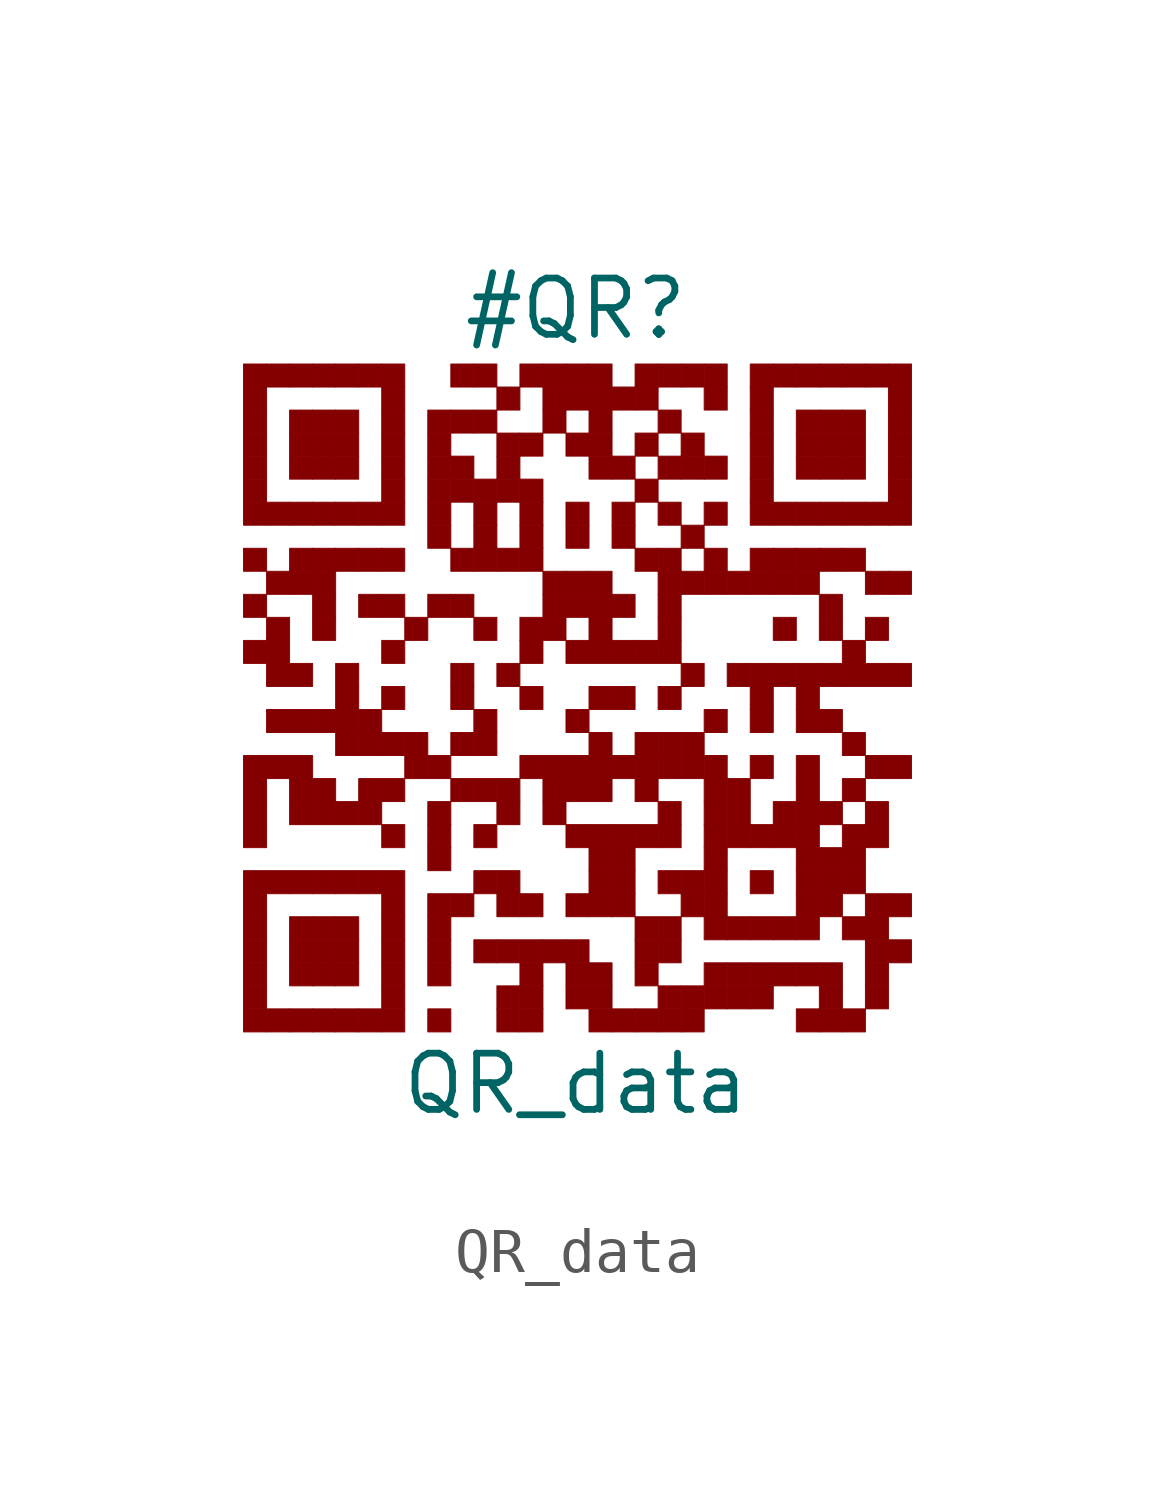
<source format=kicad_sym>
(kicad_symbol_lib
  (version 20211014)
  (generator kibot)
  (symbol "QR_data"
    (pin_numbers hide)
    (pin_names hide)
    (property "Reference" "#QR"
      (at 0 8.75 0)
      (effects (font (size 1.27 1.27))))
    (property "Value" "QR_data"
      (at 0 -8.75 0)
      (effects (font (size 1.27 1.27))))
    (rectangle
      (start -7.5 7.5)
      (end -6.98 6.98)
      (stroke (width 0.001) (type default))
      (fill (type outline)))
    (rectangle
      (start -6.98 7.5)
      (end -6.46 6.98)
      (stroke (width 0.001) (type default))
      (fill (type outline)))
    (rectangle
      (start -6.46 7.5)
      (end -5.94 6.98)
      (stroke (width 0.001) (type default))
      (fill (type outline)))
    (rectangle
      (start -5.94 7.5)
      (end -5.42 6.98)
      (stroke (width 0.001) (type default))
      (fill (type outline)))
    (rectangle
      (start -5.42 7.5)
      (end -4.9 6.98)
      (stroke (width 0.001) (type default))
      (fill (type outline)))
    (rectangle
      (start -4.9 7.5)
      (end -4.38 6.98)
      (stroke (width 0.001) (type default))
      (fill (type outline)))
    (rectangle
      (start -4.38 7.5)
      (end -3.86 6.98)
      (stroke (width 0.001) (type default))
      (fill (type outline)))
    (rectangle
      (start -2.82 7.5)
      (end -2.3 6.98)
      (stroke (width 0.001) (type default))
      (fill (type outline)))
    (rectangle
      (start -2.3 7.5)
      (end -1.78 6.98)
      (stroke (width 0.001) (type default))
      (fill (type outline)))
    (rectangle
      (start -1.26 7.5)
      (end -0.74 6.98)
      (stroke (width 0.001) (type default))
      (fill (type outline)))
    (rectangle
      (start -0.74 7.5)
      (end -0.22 6.98)
      (stroke (width 0.001) (type default))
      (fill (type outline)))
    (rectangle
      (start -0.22 7.5)
      (end 0.3 6.98)
      (stroke (width 0.001) (type default))
      (fill (type outline)))
    (rectangle
      (start 0.3 7.5)
      (end 0.82 6.98)
      (stroke (width 0.001) (type default))
      (fill (type outline)))
    (rectangle
      (start 1.34 7.5)
      (end 1.86 6.98)
      (stroke (width 0.001) (type default))
      (fill (type outline)))
    (rectangle
      (start 1.86 7.5)
      (end 2.38 6.98)
      (stroke (width 0.001) (type default))
      (fill (type outline)))
    (rectangle
      (start 2.38 7.5)
      (end 2.9 6.98)
      (stroke (width 0.001) (type default))
      (fill (type outline)))
    (rectangle
      (start 2.9 7.5)
      (end 3.42 6.98)
      (stroke (width 0.001) (type default))
      (fill (type outline)))
    (rectangle
      (start 3.94 7.5)
      (end 4.46 6.98)
      (stroke (width 0.001) (type default))
      (fill (type outline)))
    (rectangle
      (start 4.46 7.5)
      (end 4.98 6.98)
      (stroke (width 0.001) (type default))
      (fill (type outline)))
    (rectangle
      (start 4.98 7.5)
      (end 5.5 6.98)
      (stroke (width 0.001) (type default))
      (fill (type outline)))
    (rectangle
      (start 5.5 7.5)
      (end 6.02 6.98)
      (stroke (width 0.001) (type default))
      (fill (type outline)))
    (rectangle
      (start 6.02 7.5)
      (end 6.54 6.98)
      (stroke (width 0.001) (type default))
      (fill (type outline)))
    (rectangle
      (start 6.54 7.5)
      (end 7.06 6.98)
      (stroke (width 0.001) (type default))
      (fill (type outline)))
    (rectangle
      (start 7.06 7.5)
      (end 7.58 6.98)
      (stroke (width 0.001) (type default))
      (fill (type outline)))
    (rectangle
      (start -7.5 6.98)
      (end -6.98 6.46)
      (stroke (width 0.001) (type default))
      (fill (type outline)))
    (rectangle
      (start -4.38 6.98)
      (end -3.86 6.46)
      (stroke (width 0.001) (type default))
      (fill (type outline)))
    (rectangle
      (start -1.78 6.98)
      (end -1.26 6.46)
      (stroke (width 0.001) (type default))
      (fill (type outline)))
    (rectangle
      (start -0.74 6.98)
      (end -0.22 6.46)
      (stroke (width 0.001) (type default))
      (fill (type outline)))
    (rectangle
      (start -0.22 6.98)
      (end 0.3 6.46)
      (stroke (width 0.001) (type default))
      (fill (type outline)))
    (rectangle
      (start 0.3 6.98)
      (end 0.82 6.46)
      (stroke (width 0.001) (type default))
      (fill (type outline)))
    (rectangle
      (start 0.82 6.98)
      (end 1.34 6.46)
      (stroke (width 0.001) (type default))
      (fill (type outline)))
    (rectangle
      (start 1.34 6.98)
      (end 1.86 6.46)
      (stroke (width 0.001) (type default))
      (fill (type outline)))
    (rectangle
      (start 2.9 6.98)
      (end 3.42 6.46)
      (stroke (width 0.001) (type default))
      (fill (type outline)))
    (rectangle
      (start 3.94 6.98)
      (end 4.46 6.46)
      (stroke (width 0.001) (type default))
      (fill (type outline)))
    (rectangle
      (start 7.06 6.98)
      (end 7.58 6.46)
      (stroke (width 0.001) (type default))
      (fill (type outline)))
    (rectangle
      (start -7.5 6.46)
      (end -6.98 5.94)
      (stroke (width 0.001) (type default))
      (fill (type outline)))
    (rectangle
      (start -6.46 6.46)
      (end -5.94 5.94)
      (stroke (width 0.001) (type default))
      (fill (type outline)))
    (rectangle
      (start -5.94 6.46)
      (end -5.42 5.94)
      (stroke (width 0.001) (type default))
      (fill (type outline)))
    (rectangle
      (start -5.42 6.46)
      (end -4.9 5.94)
      (stroke (width 0.001) (type default))
      (fill (type outline)))
    (rectangle
      (start -4.38 6.46)
      (end -3.86 5.94)
      (stroke (width 0.001) (type default))
      (fill (type outline)))
    (rectangle
      (start -3.34 6.46)
      (end -2.82 5.94)
      (stroke (width 0.001) (type default))
      (fill (type outline)))
    (rectangle
      (start -2.82 6.46)
      (end -2.3 5.94)
      (stroke (width 0.001) (type default))
      (fill (type outline)))
    (rectangle
      (start -2.3 6.46)
      (end -1.78 5.94)
      (stroke (width 0.001) (type default))
      (fill (type outline)))
    (rectangle
      (start -0.74 6.46)
      (end -0.22 5.94)
      (stroke (width 0.001) (type default))
      (fill (type outline)))
    (rectangle
      (start 0.3 6.46)
      (end 0.82 5.94)
      (stroke (width 0.001) (type default))
      (fill (type outline)))
    (rectangle
      (start 1.86 6.46)
      (end 2.38 5.94)
      (stroke (width 0.001) (type default))
      (fill (type outline)))
    (rectangle
      (start 3.94 6.46)
      (end 4.46 5.94)
      (stroke (width 0.001) (type default))
      (fill (type outline)))
    (rectangle
      (start 4.98 6.46)
      (end 5.5 5.94)
      (stroke (width 0.001) (type default))
      (fill (type outline)))
    (rectangle
      (start 5.5 6.46)
      (end 6.02 5.94)
      (stroke (width 0.001) (type default))
      (fill (type outline)))
    (rectangle
      (start 6.02 6.46)
      (end 6.54 5.94)
      (stroke (width 0.001) (type default))
      (fill (type outline)))
    (rectangle
      (start 7.06 6.46)
      (end 7.58 5.94)
      (stroke (width 0.001) (type default))
      (fill (type outline)))
    (rectangle
      (start -7.5 5.94)
      (end -6.98 5.42)
      (stroke (width 0.001) (type default))
      (fill (type outline)))
    (rectangle
      (start -6.46 5.94)
      (end -5.94 5.42)
      (stroke (width 0.001) (type default))
      (fill (type outline)))
    (rectangle
      (start -5.94 5.94)
      (end -5.42 5.42)
      (stroke (width 0.001) (type default))
      (fill (type outline)))
    (rectangle
      (start -5.42 5.94)
      (end -4.9 5.42)
      (stroke (width 0.001) (type default))
      (fill (type outline)))
    (rectangle
      (start -4.38 5.94)
      (end -3.86 5.42)
      (stroke (width 0.001) (type default))
      (fill (type outline)))
    (rectangle
      (start -3.34 5.94)
      (end -2.82 5.42)
      (stroke (width 0.001) (type default))
      (fill (type outline)))
    (rectangle
      (start -1.78 5.94)
      (end -1.26 5.42)
      (stroke (width 0.001) (type default))
      (fill (type outline)))
    (rectangle
      (start -1.26 5.94)
      (end -0.74 5.42)
      (stroke (width 0.001) (type default))
      (fill (type outline)))
    (rectangle
      (start -0.22 5.94)
      (end 0.3 5.42)
      (stroke (width 0.001) (type default))
      (fill (type outline)))
    (rectangle
      (start 0.3 5.94)
      (end 0.82 5.42)
      (stroke (width 0.001) (type default))
      (fill (type outline)))
    (rectangle
      (start 1.34 5.94)
      (end 1.86 5.42)
      (stroke (width 0.001) (type default))
      (fill (type outline)))
    (rectangle
      (start 2.38 5.94)
      (end 2.9 5.42)
      (stroke (width 0.001) (type default))
      (fill (type outline)))
    (rectangle
      (start 3.94 5.94)
      (end 4.46 5.42)
      (stroke (width 0.001) (type default))
      (fill (type outline)))
    (rectangle
      (start 4.98 5.94)
      (end 5.5 5.42)
      (stroke (width 0.001) (type default))
      (fill (type outline)))
    (rectangle
      (start 5.5 5.94)
      (end 6.02 5.42)
      (stroke (width 0.001) (type default))
      (fill (type outline)))
    (rectangle
      (start 6.02 5.94)
      (end 6.54 5.42)
      (stroke (width 0.001) (type default))
      (fill (type outline)))
    (rectangle
      (start 7.06 5.94)
      (end 7.58 5.42)
      (stroke (width 0.001) (type default))
      (fill (type outline)))
    (rectangle
      (start -7.5 5.42)
      (end -6.98 4.9)
      (stroke (width 0.001) (type default))
      (fill (type outline)))
    (rectangle
      (start -6.46 5.42)
      (end -5.94 4.9)
      (stroke (width 0.001) (type default))
      (fill (type outline)))
    (rectangle
      (start -5.94 5.42)
      (end -5.42 4.9)
      (stroke (width 0.001) (type default))
      (fill (type outline)))
    (rectangle
      (start -5.42 5.42)
      (end -4.9 4.9)
      (stroke (width 0.001) (type default))
      (fill (type outline)))
    (rectangle
      (start -4.38 5.42)
      (end -3.86 4.9)
      (stroke (width 0.001) (type default))
      (fill (type outline)))
    (rectangle
      (start -3.34 5.42)
      (end -2.82 4.9)
      (stroke (width 0.001) (type default))
      (fill (type outline)))
    (rectangle
      (start -2.82 5.42)
      (end -2.3 4.9)
      (stroke (width 0.001) (type default))
      (fill (type outline)))
    (rectangle
      (start -1.78 5.42)
      (end -1.26 4.9)
      (stroke (width 0.001) (type default))
      (fill (type outline)))
    (rectangle
      (start 0.3 5.42)
      (end 0.82 4.9)
      (stroke (width 0.001) (type default))
      (fill (type outline)))
    (rectangle
      (start 0.82 5.42)
      (end 1.34 4.9)
      (stroke (width 0.001) (type default))
      (fill (type outline)))
    (rectangle
      (start 1.86 5.42)
      (end 2.38 4.9)
      (stroke (width 0.001) (type default))
      (fill (type outline)))
    (rectangle
      (start 2.38 5.42)
      (end 2.9 4.9)
      (stroke (width 0.001) (type default))
      (fill (type outline)))
    (rectangle
      (start 2.9 5.42)
      (end 3.42 4.9)
      (stroke (width 0.001) (type default))
      (fill (type outline)))
    (rectangle
      (start 3.94 5.42)
      (end 4.46 4.9)
      (stroke (width 0.001) (type default))
      (fill (type outline)))
    (rectangle
      (start 4.98 5.42)
      (end 5.5 4.9)
      (stroke (width 0.001) (type default))
      (fill (type outline)))
    (rectangle
      (start 5.5 5.42)
      (end 6.02 4.9)
      (stroke (width 0.001) (type default))
      (fill (type outline)))
    (rectangle
      (start 6.02 5.42)
      (end 6.54 4.9)
      (stroke (width 0.001) (type default))
      (fill (type outline)))
    (rectangle
      (start 7.06 5.42)
      (end 7.58 4.9)
      (stroke (width 0.001) (type default))
      (fill (type outline)))
    (rectangle
      (start -7.5 4.9)
      (end -6.98 4.38)
      (stroke (width 0.001) (type default))
      (fill (type outline)))
    (rectangle
      (start -4.38 4.9)
      (end -3.86 4.38)
      (stroke (width 0.001) (type default))
      (fill (type outline)))
    (rectangle
      (start -3.34 4.9)
      (end -2.82 4.38)
      (stroke (width 0.001) (type default))
      (fill (type outline)))
    (rectangle
      (start -2.82 4.9)
      (end -2.3 4.38)
      (stroke (width 0.001) (type default))
      (fill (type outline)))
    (rectangle
      (start -2.3 4.9)
      (end -1.78 4.38)
      (stroke (width 0.001) (type default))
      (fill (type outline)))
    (rectangle
      (start -1.78 4.9)
      (end -1.26 4.38)
      (stroke (width 0.001) (type default))
      (fill (type outline)))
    (rectangle
      (start -1.26 4.9)
      (end -0.74 4.38)
      (stroke (width 0.001) (type default))
      (fill (type outline)))
    (rectangle
      (start 1.34 4.9)
      (end 1.86 4.38)
      (stroke (width 0.001) (type default))
      (fill (type outline)))
    (rectangle
      (start 3.94 4.9)
      (end 4.46 4.38)
      (stroke (width 0.001) (type default))
      (fill (type outline)))
    (rectangle
      (start 7.06 4.9)
      (end 7.58 4.38)
      (stroke (width 0.001) (type default))
      (fill (type outline)))
    (rectangle
      (start -7.5 4.38)
      (end -6.98 3.86)
      (stroke (width 0.001) (type default))
      (fill (type outline)))
    (rectangle
      (start -6.98 4.38)
      (end -6.46 3.86)
      (stroke (width 0.001) (type default))
      (fill (type outline)))
    (rectangle
      (start -6.46 4.38)
      (end -5.94 3.86)
      (stroke (width 0.001) (type default))
      (fill (type outline)))
    (rectangle
      (start -5.94 4.38)
      (end -5.42 3.86)
      (stroke (width 0.001) (type default))
      (fill (type outline)))
    (rectangle
      (start -5.42 4.38)
      (end -4.9 3.86)
      (stroke (width 0.001) (type default))
      (fill (type outline)))
    (rectangle
      (start -4.9 4.38)
      (end -4.38 3.86)
      (stroke (width 0.001) (type default))
      (fill (type outline)))
    (rectangle
      (start -4.38 4.38)
      (end -3.86 3.86)
      (stroke (width 0.001) (type default))
      (fill (type outline)))
    (rectangle
      (start -3.34 4.38)
      (end -2.82 3.86)
      (stroke (width 0.001) (type default))
      (fill (type outline)))
    (rectangle
      (start -2.3 4.38)
      (end -1.78 3.86)
      (stroke (width 0.001) (type default))
      (fill (type outline)))
    (rectangle
      (start -1.26 4.38)
      (end -0.74 3.86)
      (stroke (width 0.001) (type default))
      (fill (type outline)))
    (rectangle
      (start -0.22 4.38)
      (end 0.3 3.86)
      (stroke (width 0.001) (type default))
      (fill (type outline)))
    (rectangle
      (start 0.82 4.38)
      (end 1.34 3.86)
      (stroke (width 0.001) (type default))
      (fill (type outline)))
    (rectangle
      (start 1.86 4.38)
      (end 2.38 3.86)
      (stroke (width 0.001) (type default))
      (fill (type outline)))
    (rectangle
      (start 2.9 4.38)
      (end 3.42 3.86)
      (stroke (width 0.001) (type default))
      (fill (type outline)))
    (rectangle
      (start 3.94 4.38)
      (end 4.46 3.86)
      (stroke (width 0.001) (type default))
      (fill (type outline)))
    (rectangle
      (start 4.46 4.38)
      (end 4.98 3.86)
      (stroke (width 0.001) (type default))
      (fill (type outline)))
    (rectangle
      (start 4.98 4.38)
      (end 5.5 3.86)
      (stroke (width 0.001) (type default))
      (fill (type outline)))
    (rectangle
      (start 5.5 4.38)
      (end 6.02 3.86)
      (stroke (width 0.001) (type default))
      (fill (type outline)))
    (rectangle
      (start 6.02 4.38)
      (end 6.54 3.86)
      (stroke (width 0.001) (type default))
      (fill (type outline)))
    (rectangle
      (start 6.54 4.38)
      (end 7.06 3.86)
      (stroke (width 0.001) (type default))
      (fill (type outline)))
    (rectangle
      (start 7.06 4.38)
      (end 7.58 3.86)
      (stroke (width 0.001) (type default))
      (fill (type outline)))
    (rectangle
      (start -3.34 3.86)
      (end -2.82 3.34)
      (stroke (width 0.001) (type default))
      (fill (type outline)))
    (rectangle
      (start -2.3 3.86)
      (end -1.78 3.34)
      (stroke (width 0.001) (type default))
      (fill (type outline)))
    (rectangle
      (start -1.26 3.86)
      (end -0.74 3.34)
      (stroke (width 0.001) (type default))
      (fill (type outline)))
    (rectangle
      (start -0.22 3.86)
      (end 0.3 3.34)
      (stroke (width 0.001) (type default))
      (fill (type outline)))
    (rectangle
      (start 0.82 3.86)
      (end 1.34 3.34)
      (stroke (width 0.001) (type default))
      (fill (type outline)))
    (rectangle
      (start 2.38 3.86)
      (end 2.9 3.34)
      (stroke (width 0.001) (type default))
      (fill (type outline)))
    (rectangle
      (start -7.5 3.34)
      (end -6.98 2.82)
      (stroke (width 0.001) (type default))
      (fill (type outline)))
    (rectangle
      (start -6.46 3.34)
      (end -5.94 2.82)
      (stroke (width 0.001) (type default))
      (fill (type outline)))
    (rectangle
      (start -5.94 3.34)
      (end -5.42 2.82)
      (stroke (width 0.001) (type default))
      (fill (type outline)))
    (rectangle
      (start -5.42 3.34)
      (end -4.9 2.82)
      (stroke (width 0.001) (type default))
      (fill (type outline)))
    (rectangle
      (start -4.9 3.34)
      (end -4.38 2.82)
      (stroke (width 0.001) (type default))
      (fill (type outline)))
    (rectangle
      (start -4.38 3.34)
      (end -3.86 2.82)
      (stroke (width 0.001) (type default))
      (fill (type outline)))
    (rectangle
      (start -2.82 3.34)
      (end -2.3 2.82)
      (stroke (width 0.001) (type default))
      (fill (type outline)))
    (rectangle
      (start -2.3 3.34)
      (end -1.78 2.82)
      (stroke (width 0.001) (type default))
      (fill (type outline)))
    (rectangle
      (start -1.78 3.34)
      (end -1.26 2.82)
      (stroke (width 0.001) (type default))
      (fill (type outline)))
    (rectangle
      (start -1.26 3.34)
      (end -0.74 2.82)
      (stroke (width 0.001) (type default))
      (fill (type outline)))
    (rectangle
      (start 1.34 3.34)
      (end 1.86 2.82)
      (stroke (width 0.001) (type default))
      (fill (type outline)))
    (rectangle
      (start 1.86 3.34)
      (end 2.38 2.82)
      (stroke (width 0.001) (type default))
      (fill (type outline)))
    (rectangle
      (start 2.9 3.34)
      (end 3.42 2.82)
      (stroke (width 0.001) (type default))
      (fill (type outline)))
    (rectangle
      (start 3.94 3.34)
      (end 4.46 2.82)
      (stroke (width 0.001) (type default))
      (fill (type outline)))
    (rectangle
      (start 4.46 3.34)
      (end 4.98 2.82)
      (stroke (width 0.001) (type default))
      (fill (type outline)))
    (rectangle
      (start 4.98 3.34)
      (end 5.5 2.82)
      (stroke (width 0.001) (type default))
      (fill (type outline)))
    (rectangle
      (start 5.5 3.34)
      (end 6.02 2.82)
      (stroke (width 0.001) (type default))
      (fill (type outline)))
    (rectangle
      (start 6.02 3.34)
      (end 6.54 2.82)
      (stroke (width 0.001) (type default))
      (fill (type outline)))
    (rectangle
      (start -6.98 2.82)
      (end -6.46 2.3)
      (stroke (width 0.001) (type default))
      (fill (type outline)))
    (rectangle
      (start -6.46 2.82)
      (end -5.94 2.3)
      (stroke (width 0.001) (type default))
      (fill (type outline)))
    (rectangle
      (start -5.94 2.82)
      (end -5.42 2.3)
      (stroke (width 0.001) (type default))
      (fill (type outline)))
    (rectangle
      (start -0.74 2.82)
      (end -0.22 2.3)
      (stroke (width 0.001) (type default))
      (fill (type outline)))
    (rectangle
      (start -0.22 2.82)
      (end 0.3 2.3)
      (stroke (width 0.001) (type default))
      (fill (type outline)))
    (rectangle
      (start 0.3 2.82)
      (end 0.82 2.3)
      (stroke (width 0.001) (type default))
      (fill (type outline)))
    (rectangle
      (start 1.86 2.82)
      (end 2.38 2.3)
      (stroke (width 0.001) (type default))
      (fill (type outline)))
    (rectangle
      (start 2.38 2.82)
      (end 2.9 2.3)
      (stroke (width 0.001) (type default))
      (fill (type outline)))
    (rectangle
      (start 2.9 2.82)
      (end 3.42 2.3)
      (stroke (width 0.001) (type default))
      (fill (type outline)))
    (rectangle
      (start 3.42 2.82)
      (end 3.94 2.3)
      (stroke (width 0.001) (type default))
      (fill (type outline)))
    (rectangle
      (start 3.94 2.82)
      (end 4.46 2.3)
      (stroke (width 0.001) (type default))
      (fill (type outline)))
    (rectangle
      (start 4.46 2.82)
      (end 4.98 2.3)
      (stroke (width 0.001) (type default))
      (fill (type outline)))
    (rectangle
      (start 4.98 2.82)
      (end 5.5 2.3)
      (stroke (width 0.001) (type default))
      (fill (type outline)))
    (rectangle
      (start 6.54 2.82)
      (end 7.06 2.3)
      (stroke (width 0.001) (type default))
      (fill (type outline)))
    (rectangle
      (start 7.06 2.82)
      (end 7.58 2.3)
      (stroke (width 0.001) (type default))
      (fill (type outline)))
    (rectangle
      (start -7.5 2.3)
      (end -6.98 1.78)
      (stroke (width 0.001) (type default))
      (fill (type outline)))
    (rectangle
      (start -5.94 2.3)
      (end -5.42 1.78)
      (stroke (width 0.001) (type default))
      (fill (type outline)))
    (rectangle
      (start -4.9 2.3)
      (end -4.38 1.78)
      (stroke (width 0.001) (type default))
      (fill (type outline)))
    (rectangle
      (start -4.38 2.3)
      (end -3.86 1.78)
      (stroke (width 0.001) (type default))
      (fill (type outline)))
    (rectangle
      (start -3.34 2.3)
      (end -2.82 1.78)
      (stroke (width 0.001) (type default))
      (fill (type outline)))
    (rectangle
      (start -2.82 2.3)
      (end -2.3 1.78)
      (stroke (width 0.001) (type default))
      (fill (type outline)))
    (rectangle
      (start -0.74 2.3)
      (end -0.22 1.78)
      (stroke (width 0.001) (type default))
      (fill (type outline)))
    (rectangle
      (start -0.22 2.3)
      (end 0.3 1.78)
      (stroke (width 0.001) (type default))
      (fill (type outline)))
    (rectangle
      (start 0.3 2.3)
      (end 0.82 1.78)
      (stroke (width 0.001) (type default))
      (fill (type outline)))
    (rectangle
      (start 0.82 2.3)
      (end 1.34 1.78)
      (stroke (width 0.001) (type default))
      (fill (type outline)))
    (rectangle
      (start 1.86 2.3)
      (end 2.38 1.78)
      (stroke (width 0.001) (type default))
      (fill (type outline)))
    (rectangle
      (start 5.5 2.3)
      (end 6.02 1.78)
      (stroke (width 0.001) (type default))
      (fill (type outline)))
    (rectangle
      (start -6.98 1.78)
      (end -6.46 1.26)
      (stroke (width 0.001) (type default))
      (fill (type outline)))
    (rectangle
      (start -5.94 1.78)
      (end -5.42 1.26)
      (stroke (width 0.001) (type default))
      (fill (type outline)))
    (rectangle
      (start -3.86 1.78)
      (end -3.34 1.26)
      (stroke (width 0.001) (type default))
      (fill (type outline)))
    (rectangle
      (start -2.3 1.78)
      (end -1.78 1.26)
      (stroke (width 0.001) (type default))
      (fill (type outline)))
    (rectangle
      (start -1.26 1.78)
      (end -0.74 1.26)
      (stroke (width 0.001) (type default))
      (fill (type outline)))
    (rectangle
      (start -0.74 1.78)
      (end -0.22 1.26)
      (stroke (width 0.001) (type default))
      (fill (type outline)))
    (rectangle
      (start 0.3 1.78)
      (end 0.82 1.26)
      (stroke (width 0.001) (type default))
      (fill (type outline)))
    (rectangle
      (start 1.86 1.78)
      (end 2.38 1.26)
      (stroke (width 0.001) (type default))
      (fill (type outline)))
    (rectangle
      (start 4.46 1.78)
      (end 4.98 1.26)
      (stroke (width 0.001) (type default))
      (fill (type outline)))
    (rectangle
      (start 5.5 1.78)
      (end 6.02 1.26)
      (stroke (width 0.001) (type default))
      (fill (type outline)))
    (rectangle
      (start 6.54 1.78)
      (end 7.06 1.26)
      (stroke (width 0.001) (type default))
      (fill (type outline)))
    (rectangle
      (start -7.5 1.26)
      (end -6.98 0.74)
      (stroke (width 0.001) (type default))
      (fill (type outline)))
    (rectangle
      (start -6.98 1.26)
      (end -6.46 0.74)
      (stroke (width 0.001) (type default))
      (fill (type outline)))
    (rectangle
      (start -4.38 1.26)
      (end -3.86 0.74)
      (stroke (width 0.001) (type default))
      (fill (type outline)))
    (rectangle
      (start -1.26 1.26)
      (end -0.74 0.74)
      (stroke (width 0.001) (type default))
      (fill (type outline)))
    (rectangle
      (start -0.22 1.26)
      (end 0.3 0.74)
      (stroke (width 0.001) (type default))
      (fill (type outline)))
    (rectangle
      (start 0.3 1.26)
      (end 0.82 0.74)
      (stroke (width 0.001) (type default))
      (fill (type outline)))
    (rectangle
      (start 0.82 1.26)
      (end 1.34 0.74)
      (stroke (width 0.001) (type default))
      (fill (type outline)))
    (rectangle
      (start 1.34 1.26)
      (end 1.86 0.74)
      (stroke (width 0.001) (type default))
      (fill (type outline)))
    (rectangle
      (start 1.86 1.26)
      (end 2.38 0.74)
      (stroke (width 0.001) (type default))
      (fill (type outline)))
    (rectangle
      (start 6.02 1.26)
      (end 6.54 0.74)
      (stroke (width 0.001) (type default))
      (fill (type outline)))
    (rectangle
      (start -6.98 0.74)
      (end -6.46 0.22)
      (stroke (width 0.001) (type default))
      (fill (type outline)))
    (rectangle
      (start -6.46 0.74)
      (end -5.94 0.22)
      (stroke (width 0.001) (type default))
      (fill (type outline)))
    (rectangle
      (start -5.42 0.74)
      (end -4.9 0.22)
      (stroke (width 0.001) (type default))
      (fill (type outline)))
    (rectangle
      (start -2.82 0.74)
      (end -2.3 0.22)
      (stroke (width 0.001) (type default))
      (fill (type outline)))
    (rectangle
      (start -1.78 0.74)
      (end -1.26 0.22)
      (stroke (width 0.001) (type default))
      (fill (type outline)))
    (rectangle
      (start 2.38 0.74)
      (end 2.9 0.22)
      (stroke (width 0.001) (type default))
      (fill (type outline)))
    (rectangle
      (start 3.42 0.74)
      (end 3.94 0.22)
      (stroke (width 0.001) (type default))
      (fill (type outline)))
    (rectangle
      (start 3.94 0.74)
      (end 4.46 0.22)
      (stroke (width 0.001) (type default))
      (fill (type outline)))
    (rectangle
      (start 4.46 0.74)
      (end 4.98 0.22)
      (stroke (width 0.001) (type default))
      (fill (type outline)))
    (rectangle
      (start 4.98 0.74)
      (end 5.5 0.22)
      (stroke (width 0.001) (type default))
      (fill (type outline)))
    (rectangle
      (start 5.5 0.74)
      (end 6.02 0.22)
      (stroke (width 0.001) (type default))
      (fill (type outline)))
    (rectangle
      (start 6.02 0.74)
      (end 6.54 0.22)
      (stroke (width 0.001) (type default))
      (fill (type outline)))
    (rectangle
      (start 6.54 0.74)
      (end 7.06 0.22)
      (stroke (width 0.001) (type default))
      (fill (type outline)))
    (rectangle
      (start 7.06 0.74)
      (end 7.58 0.22)
      (stroke (width 0.001) (type default))
      (fill (type outline)))
    (rectangle
      (start -5.42 0.22)
      (end -4.9 -0.3)
      (stroke (width 0.001) (type default))
      (fill (type outline)))
    (rectangle
      (start -4.38 0.22)
      (end -3.86 -0.3)
      (stroke (width 0.001) (type default))
      (fill (type outline)))
    (rectangle
      (start -2.82 0.22)
      (end -2.3 -0.3)
      (stroke (width 0.001) (type default))
      (fill (type outline)))
    (rectangle
      (start -1.26 0.22)
      (end -0.74 -0.3)
      (stroke (width 0.001) (type default))
      (fill (type outline)))
    (rectangle
      (start 0.3 0.22)
      (end 0.82 -0.3)
      (stroke (width 0.001) (type default))
      (fill (type outline)))
    (rectangle
      (start 0.82 0.22)
      (end 1.34 -0.3)
      (stroke (width 0.001) (type default))
      (fill (type outline)))
    (rectangle
      (start 1.86 0.22)
      (end 2.38 -0.3)
      (stroke (width 0.001) (type default))
      (fill (type outline)))
    (rectangle
      (start 3.94 0.22)
      (end 4.46 -0.3)
      (stroke (width 0.001) (type default))
      (fill (type outline)))
    (rectangle
      (start 4.98 0.22)
      (end 5.5 -0.3)
      (stroke (width 0.001) (type default))
      (fill (type outline)))
    (rectangle
      (start -6.98 -0.3)
      (end -6.46 -0.82)
      (stroke (width 0.001) (type default))
      (fill (type outline)))
    (rectangle
      (start -6.46 -0.3)
      (end -5.94 -0.82)
      (stroke (width 0.001) (type default))
      (fill (type outline)))
    (rectangle
      (start -5.94 -0.3)
      (end -5.42 -0.82)
      (stroke (width 0.001) (type default))
      (fill (type outline)))
    (rectangle
      (start -5.42 -0.3)
      (end -4.9 -0.82)
      (stroke (width 0.001) (type default))
      (fill (type outline)))
    (rectangle
      (start -4.9 -0.3)
      (end -4.38 -0.82)
      (stroke (width 0.001) (type default))
      (fill (type outline)))
    (rectangle
      (start -2.3 -0.3)
      (end -1.78 -0.82)
      (stroke (width 0.001) (type default))
      (fill (type outline)))
    (rectangle
      (start -0.22 -0.3)
      (end 0.3 -0.82)
      (stroke (width 0.001) (type default))
      (fill (type outline)))
    (rectangle
      (start 2.9 -0.3)
      (end 3.42 -0.82)
      (stroke (width 0.001) (type default))
      (fill (type outline)))
    (rectangle
      (start 3.94 -0.3)
      (end 4.46 -0.82)
      (stroke (width 0.001) (type default))
      (fill (type outline)))
    (rectangle
      (start 4.98 -0.3)
      (end 5.5 -0.82)
      (stroke (width 0.001) (type default))
      (fill (type outline)))
    (rectangle
      (start 5.5 -0.3)
      (end 6.02 -0.82)
      (stroke (width 0.001) (type default))
      (fill (type outline)))
    (rectangle
      (start -5.42 -0.82)
      (end -4.9 -1.34)
      (stroke (width 0.001) (type default))
      (fill (type outline)))
    (rectangle
      (start -4.9 -0.82)
      (end -4.38 -1.34)
      (stroke (width 0.001) (type default))
      (fill (type outline)))
    (rectangle
      (start -4.38 -0.82)
      (end -3.86 -1.34)
      (stroke (width 0.001) (type default))
      (fill (type outline)))
    (rectangle
      (start -3.86 -0.82)
      (end -3.34 -1.34)
      (stroke (width 0.001) (type default))
      (fill (type outline)))
    (rectangle
      (start -2.82 -0.82)
      (end -2.3 -1.34)
      (stroke (width 0.001) (type default))
      (fill (type outline)))
    (rectangle
      (start -2.3 -0.82)
      (end -1.78 -1.34)
      (stroke (width 0.001) (type default))
      (fill (type outline)))
    (rectangle
      (start 0.3 -0.82)
      (end 0.82 -1.34)
      (stroke (width 0.001) (type default))
      (fill (type outline)))
    (rectangle
      (start 1.34 -0.82)
      (end 1.86 -1.34)
      (stroke (width 0.001) (type default))
      (fill (type outline)))
    (rectangle
      (start 1.86 -0.82)
      (end 2.38 -1.34)
      (stroke (width 0.001) (type default))
      (fill (type outline)))
    (rectangle
      (start 2.38 -0.82)
      (end 2.9 -1.34)
      (stroke (width 0.001) (type default))
      (fill (type outline)))
    (rectangle
      (start 6.02 -0.82)
      (end 6.54 -1.34)
      (stroke (width 0.001) (type default))
      (fill (type outline)))
    (rectangle
      (start -7.5 -1.34)
      (end -6.98 -1.86)
      (stroke (width 0.001) (type default))
      (fill (type outline)))
    (rectangle
      (start -6.98 -1.34)
      (end -6.46 -1.86)
      (stroke (width 0.001) (type default))
      (fill (type outline)))
    (rectangle
      (start -6.46 -1.34)
      (end -5.94 -1.86)
      (stroke (width 0.001) (type default))
      (fill (type outline)))
    (rectangle
      (start -3.86 -1.34)
      (end -3.34 -1.86)
      (stroke (width 0.001) (type default))
      (fill (type outline)))
    (rectangle
      (start -3.34 -1.34)
      (end -2.82 -1.86)
      (stroke (width 0.001) (type default))
      (fill (type outline)))
    (rectangle
      (start -1.26 -1.34)
      (end -0.74 -1.86)
      (stroke (width 0.001) (type default))
      (fill (type outline)))
    (rectangle
      (start -0.74 -1.34)
      (end -0.22 -1.86)
      (stroke (width 0.001) (type default))
      (fill (type outline)))
    (rectangle
      (start -0.22 -1.34)
      (end 0.3 -1.86)
      (stroke (width 0.001) (type default))
      (fill (type outline)))
    (rectangle
      (start 0.3 -1.34)
      (end 0.82 -1.86)
      (stroke (width 0.001) (type default))
      (fill (type outline)))
    (rectangle
      (start 0.82 -1.34)
      (end 1.34 -1.86)
      (stroke (width 0.001) (type default))
      (fill (type outline)))
    (rectangle
      (start 1.34 -1.34)
      (end 1.86 -1.86)
      (stroke (width 0.001) (type default))
      (fill (type outline)))
    (rectangle
      (start 1.86 -1.34)
      (end 2.38 -1.86)
      (stroke (width 0.001) (type default))
      (fill (type outline)))
    (rectangle
      (start 2.38 -1.34)
      (end 2.9 -1.86)
      (stroke (width 0.001) (type default))
      (fill (type outline)))
    (rectangle
      (start 2.9 -1.34)
      (end 3.42 -1.86)
      (stroke (width 0.001) (type default))
      (fill (type outline)))
    (rectangle
      (start 3.94 -1.34)
      (end 4.46 -1.86)
      (stroke (width 0.001) (type default))
      (fill (type outline)))
    (rectangle
      (start 4.98 -1.34)
      (end 5.5 -1.86)
      (stroke (width 0.001) (type default))
      (fill (type outline)))
    (rectangle
      (start 6.54 -1.34)
      (end 7.06 -1.86)
      (stroke (width 0.001) (type default))
      (fill (type outline)))
    (rectangle
      (start 7.06 -1.34)
      (end 7.58 -1.86)
      (stroke (width 0.001) (type default))
      (fill (type outline)))
    (rectangle
      (start -7.5 -1.86)
      (end -6.98 -2.38)
      (stroke (width 0.001) (type default))
      (fill (type outline)))
    (rectangle
      (start -6.46 -1.86)
      (end -5.94 -2.38)
      (stroke (width 0.001) (type default))
      (fill (type outline)))
    (rectangle
      (start -5.94 -1.86)
      (end -5.42 -2.38)
      (stroke (width 0.001) (type default))
      (fill (type outline)))
    (rectangle
      (start -4.9 -1.86)
      (end -4.38 -2.38)
      (stroke (width 0.001) (type default))
      (fill (type outline)))
    (rectangle
      (start -4.38 -1.86)
      (end -3.86 -2.38)
      (stroke (width 0.001) (type default))
      (fill (type outline)))
    (rectangle
      (start -2.82 -1.86)
      (end -2.3 -2.38)
      (stroke (width 0.001) (type default))
      (fill (type outline)))
    (rectangle
      (start -2.3 -1.86)
      (end -1.78 -2.38)
      (stroke (width 0.001) (type default))
      (fill (type outline)))
    (rectangle
      (start -1.78 -1.86)
      (end -1.26 -2.38)
      (stroke (width 0.001) (type default))
      (fill (type outline)))
    (rectangle
      (start -0.74 -1.86)
      (end -0.22 -2.38)
      (stroke (width 0.001) (type default))
      (fill (type outline)))
    (rectangle
      (start -0.22 -1.86)
      (end 0.3 -2.38)
      (stroke (width 0.001) (type default))
      (fill (type outline)))
    (rectangle
      (start 0.3 -1.86)
      (end 0.82 -2.38)
      (stroke (width 0.001) (type default))
      (fill (type outline)))
    (rectangle
      (start 1.34 -1.86)
      (end 1.86 -2.38)
      (stroke (width 0.001) (type default))
      (fill (type outline)))
    (rectangle
      (start 2.9 -1.86)
      (end 3.42 -2.38)
      (stroke (width 0.001) (type default))
      (fill (type outline)))
    (rectangle
      (start 3.42 -1.86)
      (end 3.94 -2.38)
      (stroke (width 0.001) (type default))
      (fill (type outline)))
    (rectangle
      (start 4.98 -1.86)
      (end 5.5 -2.38)
      (stroke (width 0.001) (type default))
      (fill (type outline)))
    (rectangle
      (start 6.02 -1.86)
      (end 6.54 -2.38)
      (stroke (width 0.001) (type default))
      (fill (type outline)))
    (rectangle
      (start -7.5 -2.38)
      (end -6.98 -2.9)
      (stroke (width 0.001) (type default))
      (fill (type outline)))
    (rectangle
      (start -6.46 -2.38)
      (end -5.94 -2.9)
      (stroke (width 0.001) (type default))
      (fill (type outline)))
    (rectangle
      (start -5.94 -2.38)
      (end -5.42 -2.9)
      (stroke (width 0.001) (type default))
      (fill (type outline)))
    (rectangle
      (start -5.42 -2.38)
      (end -4.9 -2.9)
      (stroke (width 0.001) (type default))
      (fill (type outline)))
    (rectangle
      (start -4.9 -2.38)
      (end -4.38 -2.9)
      (stroke (width 0.001) (type default))
      (fill (type outline)))
    (rectangle
      (start -3.34 -2.38)
      (end -2.82 -2.9)
      (stroke (width 0.001) (type default))
      (fill (type outline)))
    (rectangle
      (start -1.78 -2.38)
      (end -1.26 -2.9)
      (stroke (width 0.001) (type default))
      (fill (type outline)))
    (rectangle
      (start -0.74 -2.38)
      (end -0.22 -2.9)
      (stroke (width 0.001) (type default))
      (fill (type outline)))
    (rectangle
      (start 1.86 -2.38)
      (end 2.38 -2.9)
      (stroke (width 0.001) (type default))
      (fill (type outline)))
    (rectangle
      (start 2.9 -2.38)
      (end 3.42 -2.9)
      (stroke (width 0.001) (type default))
      (fill (type outline)))
    (rectangle
      (start 3.42 -2.38)
      (end 3.94 -2.9)
      (stroke (width 0.001) (type default))
      (fill (type outline)))
    (rectangle
      (start 4.46 -2.38)
      (end 4.98 -2.9)
      (stroke (width 0.001) (type default))
      (fill (type outline)))
    (rectangle
      (start 4.98 -2.38)
      (end 5.5 -2.9)
      (stroke (width 0.001) (type default))
      (fill (type outline)))
    (rectangle
      (start 5.5 -2.38)
      (end 6.02 -2.9)
      (stroke (width 0.001) (type default))
      (fill (type outline)))
    (rectangle
      (start 6.54 -2.38)
      (end 7.06 -2.9)
      (stroke (width 0.001) (type default))
      (fill (type outline)))
    (rectangle
      (start -7.5 -2.9)
      (end -6.98 -3.42)
      (stroke (width 0.001) (type default))
      (fill (type outline)))
    (rectangle
      (start -4.38 -2.9)
      (end -3.86 -3.42)
      (stroke (width 0.001) (type default))
      (fill (type outline)))
    (rectangle
      (start -3.34 -2.9)
      (end -2.82 -3.42)
      (stroke (width 0.001) (type default))
      (fill (type outline)))
    (rectangle
      (start -2.3 -2.9)
      (end -1.78 -3.42)
      (stroke (width 0.001) (type default))
      (fill (type outline)))
    (rectangle
      (start -0.22 -2.9)
      (end 0.3 -3.42)
      (stroke (width 0.001) (type default))
      (fill (type outline)))
    (rectangle
      (start 0.3 -2.9)
      (end 0.82 -3.42)
      (stroke (width 0.001) (type default))
      (fill (type outline)))
    (rectangle
      (start 0.82 -2.9)
      (end 1.34 -3.42)
      (stroke (width 0.001) (type default))
      (fill (type outline)))
    (rectangle
      (start 1.34 -2.9)
      (end 1.86 -3.42)
      (stroke (width 0.001) (type default))
      (fill (type outline)))
    (rectangle
      (start 1.86 -2.9)
      (end 2.38 -3.42)
      (stroke (width 0.001) (type default))
      (fill (type outline)))
    (rectangle
      (start 2.9 -2.9)
      (end 3.42 -3.42)
      (stroke (width 0.001) (type default))
      (fill (type outline)))
    (rectangle
      (start 3.42 -2.9)
      (end 3.94 -3.42)
      (stroke (width 0.001) (type default))
      (fill (type outline)))
    (rectangle
      (start 3.94 -2.9)
      (end 4.46 -3.42)
      (stroke (width 0.001) (type default))
      (fill (type outline)))
    (rectangle
      (start 4.46 -2.9)
      (end 4.98 -3.42)
      (stroke (width 0.001) (type default))
      (fill (type outline)))
    (rectangle
      (start 4.98 -2.9)
      (end 5.5 -3.42)
      (stroke (width 0.001) (type default))
      (fill (type outline)))
    (rectangle
      (start 6.02 -2.9)
      (end 6.54 -3.42)
      (stroke (width 0.001) (type default))
      (fill (type outline)))
    (rectangle
      (start 6.54 -2.9)
      (end 7.06 -3.42)
      (stroke (width 0.001) (type default))
      (fill (type outline)))
    (rectangle
      (start -3.34 -3.42)
      (end -2.82 -3.94)
      (stroke (width 0.001) (type default))
      (fill (type outline)))
    (rectangle
      (start 0.3 -3.42)
      (end 0.82 -3.94)
      (stroke (width 0.001) (type default))
      (fill (type outline)))
    (rectangle
      (start 0.82 -3.42)
      (end 1.34 -3.94)
      (stroke (width 0.001) (type default))
      (fill (type outline)))
    (rectangle
      (start 2.9 -3.42)
      (end 3.42 -3.94)
      (stroke (width 0.001) (type default))
      (fill (type outline)))
    (rectangle
      (start 4.98 -3.42)
      (end 5.5 -3.94)
      (stroke (width 0.001) (type default))
      (fill (type outline)))
    (rectangle
      (start 5.5 -3.42)
      (end 6.02 -3.94)
      (stroke (width 0.001) (type default))
      (fill (type outline)))
    (rectangle
      (start 6.02 -3.42)
      (end 6.54 -3.94)
      (stroke (width 0.001) (type default))
      (fill (type outline)))
    (rectangle
      (start -7.5 -3.94)
      (end -6.98 -4.46)
      (stroke (width 0.001) (type default))
      (fill (type outline)))
    (rectangle
      (start -6.98 -3.94)
      (end -6.46 -4.46)
      (stroke (width 0.001) (type default))
      (fill (type outline)))
    (rectangle
      (start -6.46 -3.94)
      (end -5.94 -4.46)
      (stroke (width 0.001) (type default))
      (fill (type outline)))
    (rectangle
      (start -5.94 -3.94)
      (end -5.42 -4.46)
      (stroke (width 0.001) (type default))
      (fill (type outline)))
    (rectangle
      (start -5.42 -3.94)
      (end -4.9 -4.46)
      (stroke (width 0.001) (type default))
      (fill (type outline)))
    (rectangle
      (start -4.9 -3.94)
      (end -4.38 -4.46)
      (stroke (width 0.001) (type default))
      (fill (type outline)))
    (rectangle
      (start -4.38 -3.94)
      (end -3.86 -4.46)
      (stroke (width 0.001) (type default))
      (fill (type outline)))
    (rectangle
      (start -2.3 -3.94)
      (end -1.78 -4.46)
      (stroke (width 0.001) (type default))
      (fill (type outline)))
    (rectangle
      (start -1.78 -3.94)
      (end -1.26 -4.46)
      (stroke (width 0.001) (type default))
      (fill (type outline)))
    (rectangle
      (start 0.3 -3.94)
      (end 0.82 -4.46)
      (stroke (width 0.001) (type default))
      (fill (type outline)))
    (rectangle
      (start 0.82 -3.94)
      (end 1.34 -4.46)
      (stroke (width 0.001) (type default))
      (fill (type outline)))
    (rectangle
      (start 1.86 -3.94)
      (end 2.38 -4.46)
      (stroke (width 0.001) (type default))
      (fill (type outline)))
    (rectangle
      (start 2.38 -3.94)
      (end 2.9 -4.46)
      (stroke (width 0.001) (type default))
      (fill (type outline)))
    (rectangle
      (start 2.9 -3.94)
      (end 3.42 -4.46)
      (stroke (width 0.001) (type default))
      (fill (type outline)))
    (rectangle
      (start 3.94 -3.94)
      (end 4.46 -4.46)
      (stroke (width 0.001) (type default))
      (fill (type outline)))
    (rectangle
      (start 4.98 -3.94)
      (end 5.5 -4.46)
      (stroke (width 0.001) (type default))
      (fill (type outline)))
    (rectangle
      (start 5.5 -3.94)
      (end 6.02 -4.46)
      (stroke (width 0.001) (type default))
      (fill (type outline)))
    (rectangle
      (start 6.02 -3.94)
      (end 6.54 -4.46)
      (stroke (width 0.001) (type default))
      (fill (type outline)))
    (rectangle
      (start -7.5 -4.46)
      (end -6.98 -4.98)
      (stroke (width 0.001) (type default))
      (fill (type outline)))
    (rectangle
      (start -4.38 -4.46)
      (end -3.86 -4.98)
      (stroke (width 0.001) (type default))
      (fill (type outline)))
    (rectangle
      (start -3.34 -4.46)
      (end -2.82 -4.98)
      (stroke (width 0.001) (type default))
      (fill (type outline)))
    (rectangle
      (start -2.82 -4.46)
      (end -2.3 -4.98)
      (stroke (width 0.001) (type default))
      (fill (type outline)))
    (rectangle
      (start -1.78 -4.46)
      (end -1.26 -4.98)
      (stroke (width 0.001) (type default))
      (fill (type outline)))
    (rectangle
      (start -1.26 -4.46)
      (end -0.74 -4.98)
      (stroke (width 0.001) (type default))
      (fill (type outline)))
    (rectangle
      (start -0.22 -4.46)
      (end 0.3 -4.98)
      (stroke (width 0.001) (type default))
      (fill (type outline)))
    (rectangle
      (start 0.3 -4.46)
      (end 0.82 -4.98)
      (stroke (width 0.001) (type default))
      (fill (type outline)))
    (rectangle
      (start 0.82 -4.46)
      (end 1.34 -4.98)
      (stroke (width 0.001) (type default))
      (fill (type outline)))
    (rectangle
      (start 2.38 -4.46)
      (end 2.9 -4.98)
      (stroke (width 0.001) (type default))
      (fill (type outline)))
    (rectangle
      (start 2.9 -4.46)
      (end 3.42 -4.98)
      (stroke (width 0.001) (type default))
      (fill (type outline)))
    (rectangle
      (start 4.98 -4.46)
      (end 5.5 -4.98)
      (stroke (width 0.001) (type default))
      (fill (type outline)))
    (rectangle
      (start 5.5 -4.46)
      (end 6.02 -4.98)
      (stroke (width 0.001) (type default))
      (fill (type outline)))
    (rectangle
      (start 6.54 -4.46)
      (end 7.06 -4.98)
      (stroke (width 0.001) (type default))
      (fill (type outline)))
    (rectangle
      (start 7.06 -4.46)
      (end 7.58 -4.98)
      (stroke (width 0.001) (type default))
      (fill (type outline)))
    (rectangle
      (start -7.5 -4.98)
      (end -6.98 -5.5)
      (stroke (width 0.001) (type default))
      (fill (type outline)))
    (rectangle
      (start -6.46 -4.98)
      (end -5.94 -5.5)
      (stroke (width 0.001) (type default))
      (fill (type outline)))
    (rectangle
      (start -5.94 -4.98)
      (end -5.42 -5.5)
      (stroke (width 0.001) (type default))
      (fill (type outline)))
    (rectangle
      (start -5.42 -4.98)
      (end -4.9 -5.5)
      (stroke (width 0.001) (type default))
      (fill (type outline)))
    (rectangle
      (start -4.38 -4.98)
      (end -3.86 -5.5)
      (stroke (width 0.001) (type default))
      (fill (type outline)))
    (rectangle
      (start -3.34 -4.98)
      (end -2.82 -5.5)
      (stroke (width 0.001) (type default))
      (fill (type outline)))
    (rectangle
      (start 1.34 -4.98)
      (end 1.86 -5.5)
      (stroke (width 0.001) (type default))
      (fill (type outline)))
    (rectangle
      (start 1.86 -4.98)
      (end 2.38 -5.5)
      (stroke (width 0.001) (type default))
      (fill (type outline)))
    (rectangle
      (start 2.9 -4.98)
      (end 3.42 -5.5)
      (stroke (width 0.001) (type default))
      (fill (type outline)))
    (rectangle
      (start 3.42 -4.98)
      (end 3.94 -5.5)
      (stroke (width 0.001) (type default))
      (fill (type outline)))
    (rectangle
      (start 3.94 -4.98)
      (end 4.46 -5.5)
      (stroke (width 0.001) (type default))
      (fill (type outline)))
    (rectangle
      (start 4.46 -4.98)
      (end 4.98 -5.5)
      (stroke (width 0.001) (type default))
      (fill (type outline)))
    (rectangle
      (start 4.98 -4.98)
      (end 5.5 -5.5)
      (stroke (width 0.001) (type default))
      (fill (type outline)))
    (rectangle
      (start 6.02 -4.98)
      (end 6.54 -5.5)
      (stroke (width 0.001) (type default))
      (fill (type outline)))
    (rectangle
      (start 6.54 -4.98)
      (end 7.06 -5.5)
      (stroke (width 0.001) (type default))
      (fill (type outline)))
    (rectangle
      (start -7.5 -5.5)
      (end -6.98 -6.02)
      (stroke (width 0.001) (type default))
      (fill (type outline)))
    (rectangle
      (start -6.46 -5.5)
      (end -5.94 -6.02)
      (stroke (width 0.001) (type default))
      (fill (type outline)))
    (rectangle
      (start -5.94 -5.5)
      (end -5.42 -6.02)
      (stroke (width 0.001) (type default))
      (fill (type outline)))
    (rectangle
      (start -5.42 -5.5)
      (end -4.9 -6.02)
      (stroke (width 0.001) (type default))
      (fill (type outline)))
    (rectangle
      (start -4.38 -5.5)
      (end -3.86 -6.02)
      (stroke (width 0.001) (type default))
      (fill (type outline)))
    (rectangle
      (start -3.34 -5.5)
      (end -2.82 -6.02)
      (stroke (width 0.001) (type default))
      (fill (type outline)))
    (rectangle
      (start -2.3 -5.5)
      (end -1.78 -6.02)
      (stroke (width 0.001) (type default))
      (fill (type outline)))
    (rectangle
      (start -1.78 -5.5)
      (end -1.26 -6.02)
      (stroke (width 0.001) (type default))
      (fill (type outline)))
    (rectangle
      (start -1.26 -5.5)
      (end -0.74 -6.02)
      (stroke (width 0.001) (type default))
      (fill (type outline)))
    (rectangle
      (start -0.74 -5.5)
      (end -0.22 -6.02)
      (stroke (width 0.001) (type default))
      (fill (type outline)))
    (rectangle
      (start -0.22 -5.5)
      (end 0.3 -6.02)
      (stroke (width 0.001) (type default))
      (fill (type outline)))
    (rectangle
      (start 1.34 -5.5)
      (end 1.86 -6.02)
      (stroke (width 0.001) (type default))
      (fill (type outline)))
    (rectangle
      (start 1.86 -5.5)
      (end 2.38 -6.02)
      (stroke (width 0.001) (type default))
      (fill (type outline)))
    (rectangle
      (start 6.54 -5.5)
      (end 7.06 -6.02)
      (stroke (width 0.001) (type default))
      (fill (type outline)))
    (rectangle
      (start 7.06 -5.5)
      (end 7.58 -6.02)
      (stroke (width 0.001) (type default))
      (fill (type outline)))
    (rectangle
      (start -7.5 -6.02)
      (end -6.98 -6.54)
      (stroke (width 0.001) (type default))
      (fill (type outline)))
    (rectangle
      (start -6.46 -6.02)
      (end -5.94 -6.54)
      (stroke (width 0.001) (type default))
      (fill (type outline)))
    (rectangle
      (start -5.94 -6.02)
      (end -5.42 -6.54)
      (stroke (width 0.001) (type default))
      (fill (type outline)))
    (rectangle
      (start -5.42 -6.02)
      (end -4.9 -6.54)
      (stroke (width 0.001) (type default))
      (fill (type outline)))
    (rectangle
      (start -4.38 -6.02)
      (end -3.86 -6.54)
      (stroke (width 0.001) (type default))
      (fill (type outline)))
    (rectangle
      (start -3.34 -6.02)
      (end -2.82 -6.54)
      (stroke (width 0.001) (type default))
      (fill (type outline)))
    (rectangle
      (start -1.26 -6.02)
      (end -0.74 -6.54)
      (stroke (width 0.001) (type default))
      (fill (type outline)))
    (rectangle
      (start -0.22 -6.02)
      (end 0.3 -6.54)
      (stroke (width 0.001) (type default))
      (fill (type outline)))
    (rectangle
      (start 0.3 -6.02)
      (end 0.82 -6.54)
      (stroke (width 0.001) (type default))
      (fill (type outline)))
    (rectangle
      (start 1.34 -6.02)
      (end 1.86 -6.54)
      (stroke (width 0.001) (type default))
      (fill (type outline)))
    (rectangle
      (start 2.9 -6.02)
      (end 3.42 -6.54)
      (stroke (width 0.001) (type default))
      (fill (type outline)))
    (rectangle
      (start 3.42 -6.02)
      (end 3.94 -6.54)
      (stroke (width 0.001) (type default))
      (fill (type outline)))
    (rectangle
      (start 3.94 -6.02)
      (end 4.46 -6.54)
      (stroke (width 0.001) (type default))
      (fill (type outline)))
    (rectangle
      (start 4.46 -6.02)
      (end 4.98 -6.54)
      (stroke (width 0.001) (type default))
      (fill (type outline)))
    (rectangle
      (start 4.98 -6.02)
      (end 5.5 -6.54)
      (stroke (width 0.001) (type default))
      (fill (type outline)))
    (rectangle
      (start 5.5 -6.02)
      (end 6.02 -6.54)
      (stroke (width 0.001) (type default))
      (fill (type outline)))
    (rectangle
      (start 6.54 -6.02)
      (end 7.06 -6.54)
      (stroke (width 0.001) (type default))
      (fill (type outline)))
    (rectangle
      (start -7.5 -6.54)
      (end -6.98 -7.06)
      (stroke (width 0.001) (type default))
      (fill (type outline)))
    (rectangle
      (start -4.38 -6.54)
      (end -3.86 -7.06)
      (stroke (width 0.001) (type default))
      (fill (type outline)))
    (rectangle
      (start -1.78 -6.54)
      (end -1.26 -7.06)
      (stroke (width 0.001) (type default))
      (fill (type outline)))
    (rectangle
      (start -1.26 -6.54)
      (end -0.74 -7.06)
      (stroke (width 0.001) (type default))
      (fill (type outline)))
    (rectangle
      (start -0.22 -6.54)
      (end 0.3 -7.06)
      (stroke (width 0.001) (type default))
      (fill (type outline)))
    (rectangle
      (start 0.3 -6.54)
      (end 0.82 -7.06)
      (stroke (width 0.001) (type default))
      (fill (type outline)))
    (rectangle
      (start 1.86 -6.54)
      (end 2.38 -7.06)
      (stroke (width 0.001) (type default))
      (fill (type outline)))
    (rectangle
      (start 2.38 -6.54)
      (end 2.9 -7.06)
      (stroke (width 0.001) (type default))
      (fill (type outline)))
    (rectangle
      (start 2.9 -6.54)
      (end 3.42 -7.06)
      (stroke (width 0.001) (type default))
      (fill (type outline)))
    (rectangle
      (start 3.42 -6.54)
      (end 3.94 -7.06)
      (stroke (width 0.001) (type default))
      (fill (type outline)))
    (rectangle
      (start 3.94 -6.54)
      (end 4.46 -7.06)
      (stroke (width 0.001) (type default))
      (fill (type outline)))
    (rectangle
      (start 5.5 -6.54)
      (end 6.02 -7.06)
      (stroke (width 0.001) (type default))
      (fill (type outline)))
    (rectangle
      (start 6.54 -6.54)
      (end 7.06 -7.06)
      (stroke (width 0.001) (type default))
      (fill (type outline)))
    (rectangle
      (start -7.5 -7.06)
      (end -6.98 -7.58)
      (stroke (width 0.001) (type default))
      (fill (type outline)))
    (rectangle
      (start -6.98 -7.06)
      (end -6.46 -7.58)
      (stroke (width 0.001) (type default))
      (fill (type outline)))
    (rectangle
      (start -6.46 -7.06)
      (end -5.94 -7.58)
      (stroke (width 0.001) (type default))
      (fill (type outline)))
    (rectangle
      (start -5.94 -7.06)
      (end -5.42 -7.58)
      (stroke (width 0.001) (type default))
      (fill (type outline)))
    (rectangle
      (start -5.42 -7.06)
      (end -4.9 -7.58)
      (stroke (width 0.001) (type default))
      (fill (type outline)))
    (rectangle
      (start -4.9 -7.06)
      (end -4.38 -7.58)
      (stroke (width 0.001) (type default))
      (fill (type outline)))
    (rectangle
      (start -4.38 -7.06)
      (end -3.86 -7.58)
      (stroke (width 0.001) (type default))
      (fill (type outline)))
    (rectangle
      (start -3.34 -7.06)
      (end -2.82 -7.58)
      (stroke (width 0.001) (type default))
      (fill (type outline)))
    (rectangle
      (start -1.78 -7.06)
      (end -1.26 -7.58)
      (stroke (width 0.001) (type default))
      (fill (type outline)))
    (rectangle
      (start -1.26 -7.06)
      (end -0.74 -7.58)
      (stroke (width 0.001) (type default))
      (fill (type outline)))
    (rectangle
      (start 0.3 -7.06)
      (end 0.82 -7.58)
      (stroke (width 0.001) (type default))
      (fill (type outline)))
    (rectangle
      (start 0.82 -7.06)
      (end 1.34 -7.58)
      (stroke (width 0.001) (type default))
      (fill (type outline)))
    (rectangle
      (start 1.34 -7.06)
      (end 1.86 -7.58)
      (stroke (width 0.001) (type default))
      (fill (type outline)))
    (rectangle
      (start 1.86 -7.06)
      (end 2.38 -7.58)
      (stroke (width 0.001) (type default))
      (fill (type outline)))
    (rectangle
      (start 2.38 -7.06)
      (end 2.9 -7.58)
      (stroke (width 0.001) (type default))
      (fill (type outline)))
    (rectangle
      (start 4.98 -7.06)
      (end 5.5 -7.58)
      (stroke (width 0.001) (type default))
      (fill (type outline)))
    (rectangle
      (start 5.5 -7.06)
      (end 6.02 -7.58)
      (stroke (width 0.001) (type default))
      (fill (type outline)))
    (rectangle
      (start 6.02 -7.06)
      (end 6.54 -7.58)
      (stroke (width 0.001) (type default))
      (fill (type outline)))))
</source>
